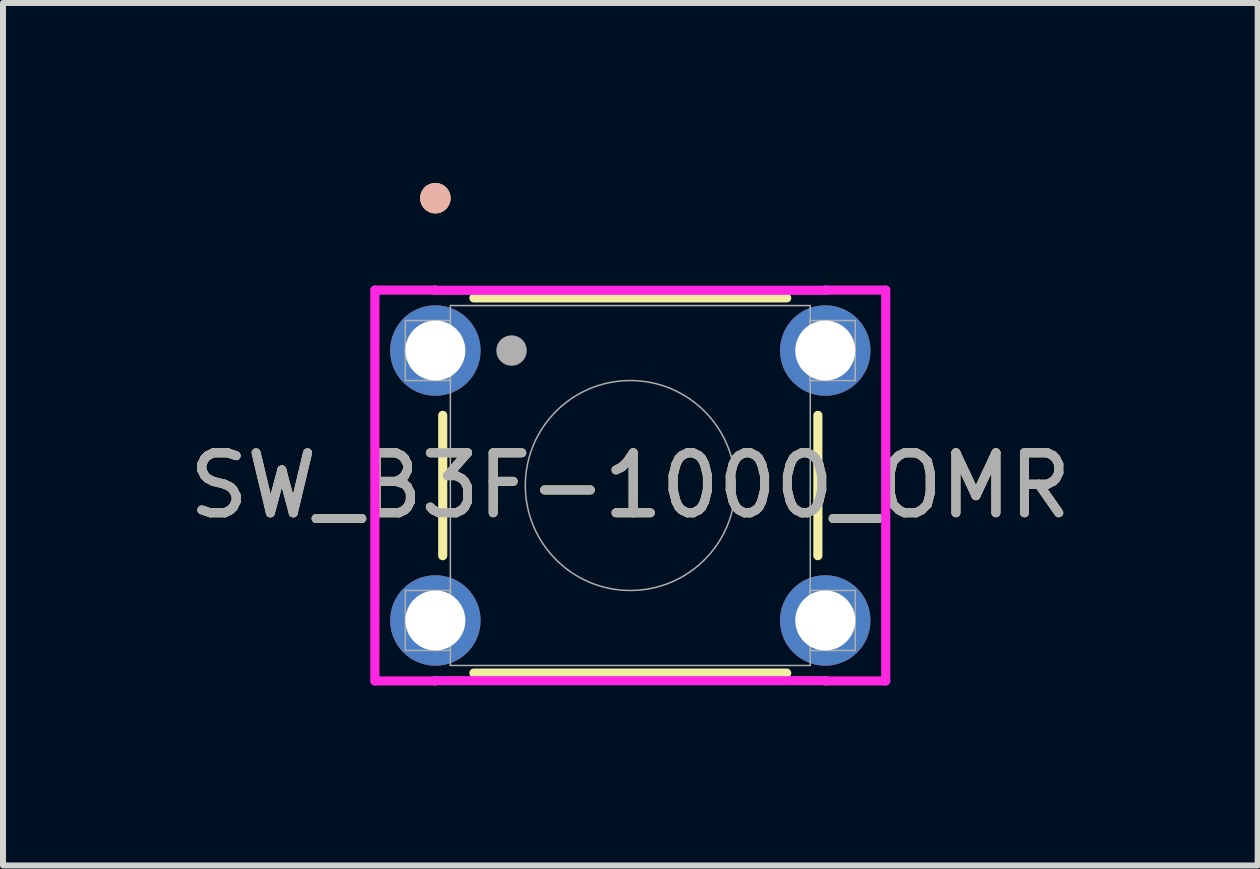
<source format=kicad_pcb>
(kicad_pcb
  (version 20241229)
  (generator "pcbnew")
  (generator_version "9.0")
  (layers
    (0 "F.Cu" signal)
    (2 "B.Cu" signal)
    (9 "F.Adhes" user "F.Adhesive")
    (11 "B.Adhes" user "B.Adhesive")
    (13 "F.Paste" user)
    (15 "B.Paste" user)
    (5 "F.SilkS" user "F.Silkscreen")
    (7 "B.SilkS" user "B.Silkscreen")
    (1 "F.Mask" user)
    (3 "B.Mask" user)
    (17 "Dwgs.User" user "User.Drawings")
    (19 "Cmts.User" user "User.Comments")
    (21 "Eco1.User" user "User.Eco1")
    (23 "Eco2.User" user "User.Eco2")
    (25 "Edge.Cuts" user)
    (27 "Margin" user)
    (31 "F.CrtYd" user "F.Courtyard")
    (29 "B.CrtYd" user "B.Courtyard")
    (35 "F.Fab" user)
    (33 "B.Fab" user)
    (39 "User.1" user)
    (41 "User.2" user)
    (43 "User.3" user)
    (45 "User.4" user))
  (footprint "SW_B3F-1000_OMR"
    (layer "F.Cu")
    (at 4.208 2.794)
    (property "Reference" "SW_B3F-1000_OMR" (at 3.25 2.25 0) (unlocked yes) (layer "F.SilkS") (effects (font (size 1 1) (thickness 0.15))))
    (attr through_hole)
    (fp_line (start 0.123 1.08) (end 0.123 3.42) (stroke (width 0.152) (type solid)) (layer "F.SilkS"))
    (fp_line (start 0.642 5.377) (end 5.858 5.377) (stroke (width 0.152) (type solid)) (layer "F.SilkS"))
    (fp_line (start 5.858 -0.877) (end 0.642 -0.877) (stroke (width 0.152) (type solid)) (layer "F.SilkS"))
    (fp_line (start 6.377 3.42) (end 6.377 1.08) (stroke (width 0.152) (type solid)) (layer "F.SilkS"))
    (fp_circle (center 0 -2.54) (end 0.127 -2.54) (stroke (width 0.254) (type solid)) (fill no) (layer "F.SilkS"))
    (fp_circle (center 0 -2.54) (end 0.127 -2.54) (stroke (width 0.254) (type solid)) (fill no) (layer "B.SilkS"))
    (fp_line (start -1.008 -1.008) (end -0.004 -1.008) (stroke (width 0.152) (type solid)) (layer "F.CrtYd"))
    (fp_line (start -1.008 5.508) (end -1.008 -1.008) (stroke (width 0.152) (type solid)) (layer "F.CrtYd"))
    (fp_line (start -1.008 5.508) (end -0.004 5.508) (stroke (width 0.152) (type solid)) (layer "F.CrtYd"))
    (fp_line (start -0.004 -1.008) (end -0.004 -1.004) (stroke (width 0.152) (type solid)) (layer "F.CrtYd"))
    (fp_line (start -0.004 -1.004) (end 6.504 -1.004) (stroke (width 0.152) (type solid)) (layer "F.CrtYd"))
    (fp_line (start -0.004 5.504) (end -0.004 5.508) (stroke (width 0.152) (type solid)) (layer "F.CrtYd"))
    (fp_line (start 6.504 -1.004) (end 6.504 -1.008) (stroke (width 0.152) (type solid)) (layer "F.CrtYd"))
    (fp_line (start 6.504 5.504) (end -0.004 5.504) (stroke (width 0.152) (type solid)) (layer "F.CrtYd"))
    (fp_line (start 6.504 5.508) (end 6.504 5.504) (stroke (width 0.152) (type solid)) (layer "F.CrtYd"))
    (fp_line (start 7.508 -1.008) (end 6.504 -1.008) (stroke (width 0.152) (type solid)) (layer "F.CrtYd"))
    (fp_line (start 7.508 -1.008) (end 7.508 5.508) (stroke (width 0.152) (type solid)) (layer "F.CrtYd"))
    (fp_line (start 7.508 5.508) (end 6.504 5.508) (stroke (width 0.152) (type solid)) (layer "F.CrtYd"))
    (fp_line (start -0.5 -0.5) (end -0.5 0.5) (stroke (width 0.025) (type solid)) (layer "F.Fab"))
    (fp_line (start -0.5 0.5) (end 0.25 0.5) (stroke (width 0.025) (type solid)) (layer "F.Fab"))
    (fp_line (start -0.5 4) (end -0.5 5) (stroke (width 0.025) (type solid)) (layer "F.Fab"))
    (fp_line (start -0.5 5) (end 0.25 5) (stroke (width 0.025) (type solid)) (layer "F.Fab"))
    (fp_line (start 0.25 -0.75) (end 0.25 5.25) (stroke (width 0.025) (type solid)) (layer "F.Fab"))
    (fp_line (start 0.25 5.25) (end 6.25 5.25) (stroke (width 0.025) (type solid)) (layer "F.Fab"))
    (fp_line (start 0.25 -0.5) (end -0.5 -0.5) (stroke (width 0.025) (type solid)) (layer "F.Fab"))
    (fp_line (start 0.25 0.5) (end 0.25 -0.5) (stroke (width 0.025) (type solid)) (layer "F.Fab"))
    (fp_line (start 0.25 4) (end -0.5 4) (stroke (width 0.025) (type solid)) (layer "F.Fab"))
    (fp_line (start 0.25 5) (end 0.25 4) (stroke (width 0.025) (type solid)) (layer "F.Fab"))
    (fp_line (start 6.25 -0.5) (end 6.25 0.5) (stroke (width 0.025) (type solid)) (layer "F.Fab"))
    (fp_line (start 6.25 0.5) (end 7 0.5) (stroke (width 0.025) (type solid)) (layer "F.Fab"))
    (fp_line (start 6.25 4) (end 6.25 5) (stroke (width 0.025) (type solid)) (layer "F.Fab"))
    (fp_line (start 6.25 5) (end 7 5) (stroke (width 0.025) (type solid)) (layer "F.Fab"))
    (fp_line (start 6.25 -0.75) (end 0.25 -0.75) (stroke (width 0.025) (type solid)) (layer "F.Fab"))
    (fp_line (start 6.25 5.25) (end 6.25 -0.75) (stroke (width 0.025) (type solid)) (layer "F.Fab"))
    (fp_line (start 7 -0.5) (end 6.25 -0.5) (stroke (width 0.025) (type solid)) (layer "F.Fab"))
    (fp_line (start 7 0.5) (end 7 -0.5) (stroke (width 0.025) (type solid)) (layer "F.Fab"))
    (fp_line (start 7 4) (end 6.25 4) (stroke (width 0.025) (type solid)) (layer "F.Fab"))
    (fp_line (start 7 5) (end 7 4) (stroke (width 0.025) (type solid)) (layer "F.Fab"))
    (fp_circle (center 1.27 0) (end 1.397 0) (stroke (width 0.254) (type solid)) (fill no) (layer "F.Fab"))
    (fp_circle (center 3.25 2.25) (end 5 2.25) (stroke (width 0.025) (type solid)) (fill no) (layer "F.Fab"))
    (fp_text user "${REFERENCE}" (at 3.25 2.25 0) (unlocked yes) (layer "F.Fab") (effects (font (size 1 1) (thickness 0.15))))
    (pad "1" thru_hole circle (at 0 0) (size 1.508 1.508) (drill 1) (layers "*.Cu" "*.Mask"))
    (pad "2" thru_hole circle (at 6.5 0) (size 1.508 1.508) (drill 1) (layers "*.Cu" "*.Mask"))
    (pad "3" thru_hole circle (at 0 4.5) (size 1.508 1.508) (drill 1) (layers "*.Cu" "*.Mask"))
    (pad "4" thru_hole circle (at 6.5 4.5) (size 1.508 1.508) (drill 1) (layers "*.Cu" "*.Mask")))
  (gr_rect
    (start -3 -3)
    (end 17.917 11.378)
    (stroke (width 0.1) (type default))
    (fill no)
    (layer "Edge.Cuts")))
</source>
